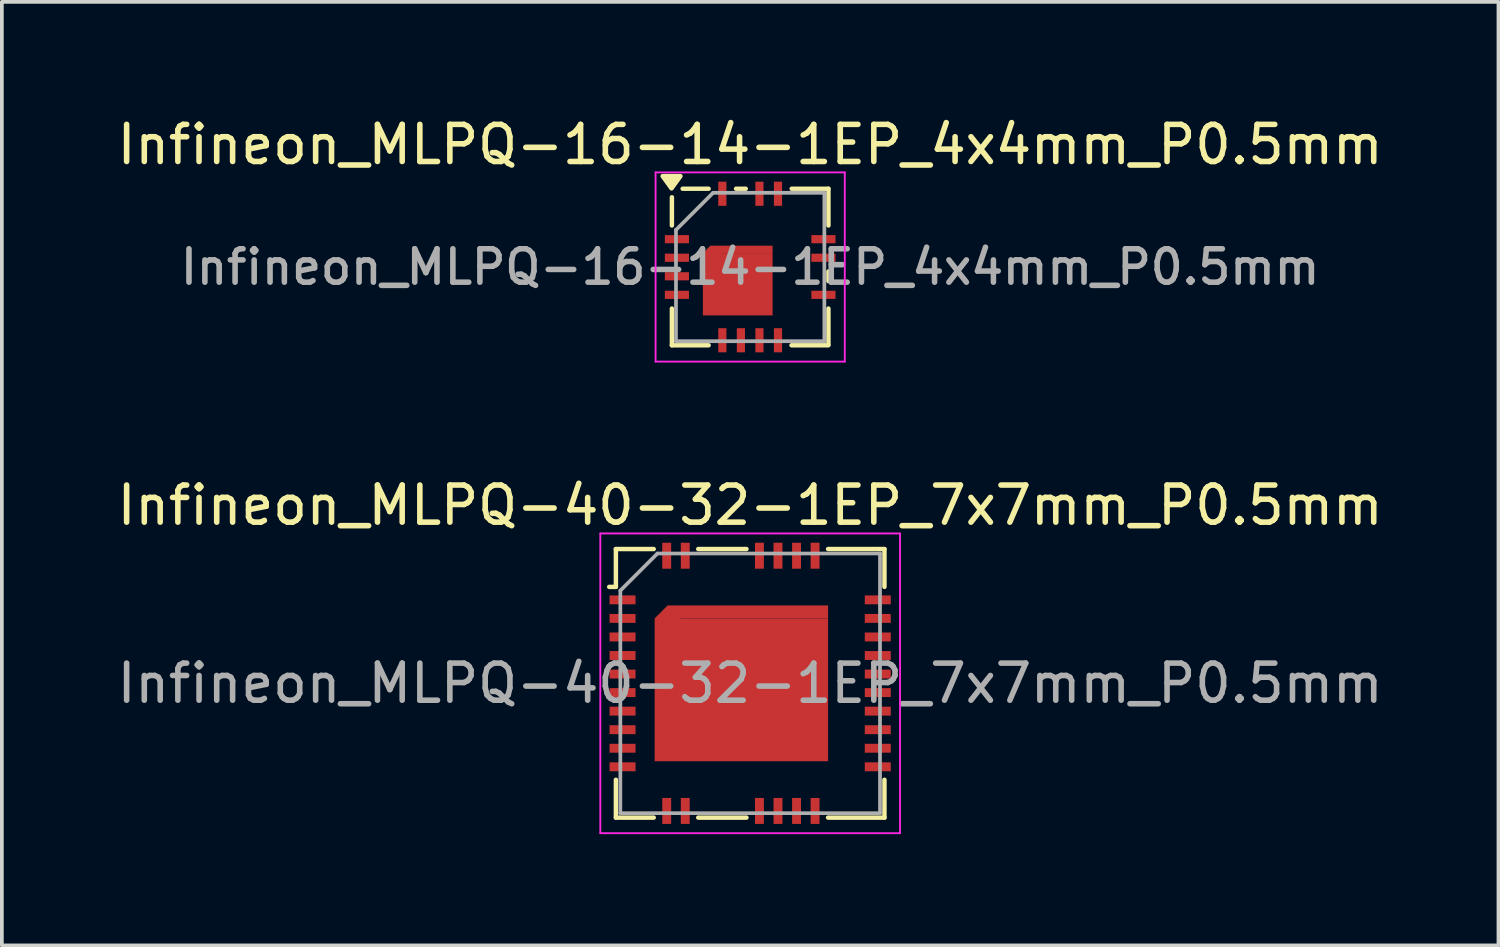
<source format=kicad_pcb>
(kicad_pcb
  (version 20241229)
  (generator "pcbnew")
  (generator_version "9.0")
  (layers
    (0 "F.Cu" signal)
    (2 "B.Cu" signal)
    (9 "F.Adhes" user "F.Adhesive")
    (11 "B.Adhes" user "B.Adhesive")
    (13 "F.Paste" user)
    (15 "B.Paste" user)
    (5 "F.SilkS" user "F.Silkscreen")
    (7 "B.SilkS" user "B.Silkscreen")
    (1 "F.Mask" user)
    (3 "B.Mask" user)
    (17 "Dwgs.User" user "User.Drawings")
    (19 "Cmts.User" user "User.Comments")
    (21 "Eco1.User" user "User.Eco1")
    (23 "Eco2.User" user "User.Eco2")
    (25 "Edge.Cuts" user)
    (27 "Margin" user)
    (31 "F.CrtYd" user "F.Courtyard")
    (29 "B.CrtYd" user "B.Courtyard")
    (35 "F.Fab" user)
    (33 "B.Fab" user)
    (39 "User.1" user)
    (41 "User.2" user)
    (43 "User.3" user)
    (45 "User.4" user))
  (footprint "Infineon_MLPQ-16-14-1EP_4x4mm_P0.5mm"
    (layer "F.Cu")
    (at 17.173 4.148)
    (property "Reference" "Infineon_MLPQ-16-14-1EP_4x4mm_P0.5mm" (at 0 -3.3 0) (layer "F.SilkS") (effects (font (size 1 1) (thickness 0.15))))
    (attr smd)
    (fp_line (start -2.11 -1.88) (end -2.11 -1.12) (stroke (width 0.12) (type solid)) (layer "F.SilkS"))
    (fp_line (start -2.11 1.12) (end -2.11 2.11) (stroke (width 0.12) (type solid)) (layer "F.SilkS"))
    (fp_line (start -1.12 -2.11) (end -1.82 -2.11) (stroke (width 0.12) (type solid)) (layer "F.SilkS"))
    (fp_line (start -1.12 2.11) (end -2.11 2.11) (stroke (width 0.12) (type solid)) (layer "F.SilkS"))
    (fp_line (start -0.12 -2.11) (end -0.38 -2.11) (stroke (width 0.12) (type solid)) (layer "F.SilkS"))
    (fp_line (start 2.105 2.11) (end 1.115 2.11) (stroke (width 0.12) (type solid)) (layer "F.SilkS"))
    (fp_line (start 2.11 -2.11) (end 1.12 -2.11) (stroke (width 0.12) (type solid)) (layer "F.SilkS"))
    (fp_line (start 2.11 -2.11) (end 2.11 -1.12) (stroke (width 0.12) (type solid)) (layer "F.SilkS"))
    (fp_line (start 2.11 0.12) (end 2.11 0.38) (stroke (width 0.12) (type solid)) (layer "F.SilkS"))
    (fp_line (start 2.11 1.12) (end 2.11 2.1) (stroke (width 0.12) (type solid)) (layer "F.SilkS"))
    (fp_poly (pts (xy -2.12 -2.12) (xy -2.36 -2.45) (xy -1.88 -2.45) (xy -2.12 -2.12)) (stroke (width 0.12) (type solid)) (fill yes) (layer "F.SilkS"))
    (fp_line (start -2.55 -2.55) (end 2.55 -2.55) (stroke (width 0.05) (type solid)) (layer "F.CrtYd"))
    (fp_line (start -2.55 2.55) (end -2.55 -2.55) (stroke (width 0.05) (type solid)) (layer "F.CrtYd"))
    (fp_line (start 2.55 -2.55) (end 2.55 2.55) (stroke (width 0.05) (type solid)) (layer "F.CrtYd"))
    (fp_line (start 2.55 2.55) (end -2.55 2.55) (stroke (width 0.05) (type solid)) (layer "F.CrtYd"))
    (fp_line (start -2 2) (end -2 -1) (stroke (width 0.1) (type solid)) (layer "F.Fab"))
    (fp_line (start -1 -2) (end -2 -1) (stroke (width 0.1) (type solid)) (layer "F.Fab"))
    (fp_line (start -1 -2) (end 2 -2) (stroke (width 0.1) (type solid)) (layer "F.Fab"))
    (fp_line (start 2 -2) (end 2 2) (stroke (width 0.1) (type solid)) (layer "F.Fab"))
    (fp_line (start 2 2) (end -2 2) (stroke (width 0.1) (type solid)) (layer "F.Fab"))
    (fp_text user "${REFERENCE}" (at 0 0 0) (layer "F.Fab") (effects (font (size 0.9 0.9) (thickness 0.15))))
    (pad "" smd rect (at -0.335 -0.105) (size 1.5 0.8) (layers "F.Paste"))
    (pad "" smd rect (at -0.335 0.835) (size 1.5 0.8) (layers "F.Paste"))
    (pad "1" smd rect (at -1.975 -0.75) (size 0.65 0.22) (layers "F.Cu" "F.Mask" "F.Paste"))
    (pad "2" smd rect (at -1.975 -0.25) (size 0.65 0.22) (layers "F.Cu" "F.Mask" "F.Paste"))
    (pad "3" smd rect (at -1.975 0.25) (size 0.65 0.22) (layers "F.Cu" "F.Mask" "F.Paste"))
    (pad "4" smd rect (at -1.975 0.75) (size 0.65 0.22) (layers "F.Cu" "F.Mask" "F.Paste"))
    (pad "5" smd rect (at -0.75 1.975) (size 0.22 0.65) (layers "F.Cu" "F.Mask" "F.Paste"))
    (pad "6" smd rect (at -0.25 1.975) (size 0.22 0.65) (layers "F.Cu" "F.Mask" "F.Paste"))
    (pad "7" smd rect (at 0.25 1.975) (size 0.22 0.65) (layers "F.Cu" "F.Mask" "F.Paste"))
    (pad "8" smd rect (at 0.75 1.975) (size 0.22 0.65) (layers "F.Cu" "F.Mask" "F.Paste"))
    (pad "9" smd rect (at 1.975 0.75) (size 0.65 0.22) (layers "F.Cu" "F.Mask" "F.Paste"))
    (pad "11" smd rect (at 1.975 -0.25) (size 0.65 0.22) (layers "F.Cu" "F.Mask" "F.Paste"))
    (pad "12" smd rect (at 1.975 -0.75) (size 0.65 0.22) (layers "F.Cu" "F.Mask" "F.Paste"))
    (pad "13" smd rect (at 0.75 -1.975) (size 0.22 0.65) (layers "F.Cu" "F.Mask" "F.Paste"))
    (pad "14" smd rect (at 0.25 -1.975) (size 0.22 0.65) (layers "F.Cu" "F.Mask" "F.Paste"))
    (pad "16" smd rect (at -0.75 -1.975) (size 0.22 0.65) (layers "F.Cu" "F.Mask" "F.Paste"))
    (pad "17" smd rect (at -1.075 -0.375 45) (size 0.283 0.283) (layers "F.Cu" "F.Mask"))
    (pad "17" smd rect (at -0.335 0.465) (size 1.88 1.68) (layers "F.Cu" "F.Mask"))
    (pad "17" smd rect (at -0.235 -0.475) (size 1.68 0.2) (layers "F.Cu" "F.Mask")))
  (footprint "Infineon_MLPQ-40-32-1EP_7x7mm_P0.5mm"
    (layer "F.Cu")
    (at 17.173 15.371)
    (property "Reference" "Infineon_MLPQ-40-32-1EP_7x7mm_P0.5mm" (at 0 -4.8 0) (layer "F.SilkS") (effects (font (size 1 1) (thickness 0.15))))
    (attr smd)
    (fp_line (start -3.8 -2.6) (end -3.62 -2.6) (stroke (width 0.12) (type solid)) (layer "F.SilkS"))
    (fp_line (start -3.62 -3.62) (end -3.62 -2.6) (stroke (width 0.12) (type solid)) (layer "F.SilkS"))
    (fp_line (start -3.62 3.62) (end -3.62 2.6) (stroke (width 0.12) (type solid)) (layer "F.SilkS"))
    (fp_line (start -2.6 -3.62) (end -3.62 -3.62) (stroke (width 0.12) (type solid)) (layer "F.SilkS"))
    (fp_line (start -2.6 3.62) (end -3.62 3.62) (stroke (width 0.12) (type solid)) (layer "F.SilkS"))
    (fp_line (start -0.1 -3.62) (end -1.4 -3.62) (stroke (width 0.12) (type solid)) (layer "F.SilkS"))
    (fp_line (start -0.1 3.62) (end -1.4 3.62) (stroke (width 0.12) (type solid)) (layer "F.SilkS"))
    (fp_line (start 3.62 -3.62) (end 2.1 -3.62) (stroke (width 0.12) (type solid)) (layer "F.SilkS"))
    (fp_line (start 3.62 -3.62) (end 3.62 -2.6) (stroke (width 0.12) (type solid)) (layer "F.SilkS"))
    (fp_line (start 3.62 3.62) (end 2.1 3.62) (stroke (width 0.12) (type solid)) (layer "F.SilkS"))
    (fp_line (start 3.62 3.62) (end 3.62 2.6) (stroke (width 0.12) (type solid)) (layer "F.SilkS"))
    (fp_line (start -4.04 -4.04) (end 4.04 -4.04) (stroke (width 0.05) (type solid)) (layer "F.CrtYd"))
    (fp_line (start -4.04 4.04) (end -4.04 -4.04) (stroke (width 0.05) (type solid)) (layer "F.CrtYd"))
    (fp_line (start 4.04 -4.04) (end 4.04 4.04) (stroke (width 0.05) (type solid)) (layer "F.CrtYd"))
    (fp_line (start 4.04 4.04) (end -4.04 4.04) (stroke (width 0.05) (type solid)) (layer "F.CrtYd"))
    (fp_line (start -3.5 3.5) (end -3.5 -2.5) (stroke (width 0.1) (type solid)) (layer "F.Fab"))
    (fp_line (start -2.5 -3.5) (end -3.5 -2.5) (stroke (width 0.1) (type solid)) (layer "F.Fab"))
    (fp_line (start -2.5 -3.5) (end 3.5 -3.5) (stroke (width 0.1) (type solid)) (layer "F.Fab"))
    (fp_line (start 3.5 -3.5) (end 3.5 3.5) (stroke (width 0.1) (type solid)) (layer "F.Fab"))
    (fp_line (start 3.5 3.5) (end -3.5 3.5) (stroke (width 0.1) (type solid)) (layer "F.Fab"))
    (fp_text user "${REFERENCE}" (at 0 0 0) (layer "F.Fab") (effects (font (size 1 1) (thickness 0.15))))
    (pad "" smd rect (at -3.425 -2.25) (size 0.65 0.22) (layers "F.Paste"))
    (pad "" smd rect (at -3.425 -1.75) (size 0.65 0.22) (layers "F.Paste"))
    (pad "" smd rect (at -3.425 -1.25) (size 0.65 0.22) (layers "F.Paste"))
    (pad "" smd rect (at -3.425 -0.75) (size 0.65 0.22) (layers "F.Paste"))
    (pad "" smd rect (at -3.425 -0.25) (size 0.65 0.22) (layers "F.Paste"))
    (pad "" smd rect (at -3.425 0.25) (size 0.65 0.22) (layers "F.Paste"))
    (pad "" smd rect (at -3.425 0.75) (size 0.65 0.22) (layers "F.Paste"))
    (pad "" smd rect (at -3.425 1.25) (size 0.65 0.22) (layers "F.Paste"))
    (pad "" smd rect (at -3.425 1.75) (size 0.65 0.22) (layers "F.Paste"))
    (pad "" smd rect (at -3.425 2.25) (size 0.65 0.22) (layers "F.Paste"))
    (pad "" smd rect (at -2.25 -3.425) (size 0.22 0.65) (layers "F.Paste"))
    (pad "" smd rect (at -2.25 3.425) (size 0.22 0.65) (layers "F.Paste"))
    (pad "" smd rect (at -1.796 -1.4) (size 1.2 1.1) (layers "F.Paste"))
    (pad "" smd rect (at -1.796 0) (size 1.2 1.1) (layers "F.Paste"))
    (pad "" smd rect (at -1.796 1.4) (size 1.2 1.1) (layers "F.Paste"))
    (pad "" smd rect (at -1.75 -3.425) (size 0.22 0.65) (layers "F.Paste"))
    (pad "" smd rect (at -1.75 3.425) (size 0.22 0.65) (layers "F.Paste"))
    (pad "" smd rect (at -0.237 -1.4) (size 1.2 1.1) (layers "F.Paste"))
    (pad "" smd rect (at -0.237 0) (size 1.2 1.1) (layers "F.Paste"))
    (pad "" smd rect (at -0.237 1.4) (size 1.2 1.1) (layers "F.Paste"))
    (pad "" smd rect (at 0.25 -3.425) (size 0.22 0.65) (layers "F.Paste"))
    (pad "" smd rect (at 0.25 3.425) (size 0.22 0.65) (layers "F.Paste"))
    (pad "" smd rect (at 0.75 -3.425) (size 0.22 0.65) (layers "F.Paste"))
    (pad "" smd rect (at 0.75 3.425) (size 0.22 0.65) (layers "F.Paste"))
    (pad "" smd rect (at 1.25 -3.425) (size 0.22 0.65) (layers "F.Paste"))
    (pad "" smd rect (at 1.25 3.425) (size 0.22 0.65) (layers "F.Paste"))
    (pad "" smd rect (at 1.321 -1.4) (size 1.2 1.1) (layers "F.Paste"))
    (pad "" smd rect (at 1.321 0) (size 1.2 1.1) (layers "F.Paste"))
    (pad "" smd rect (at 1.321 1.4) (size 1.2 1.1) (layers "F.Paste"))
    (pad "" smd rect (at 1.75 -3.425) (size 0.22 0.65) (layers "F.Paste"))
    (pad "" smd rect (at 1.75 3.425) (size 0.22 0.65) (layers "F.Paste"))
    (pad "" smd rect (at 3.425 -2.25) (size 0.65 0.22) (layers "F.Paste"))
    (pad "" smd rect (at 3.425 -1.75) (size 0.65 0.22) (layers "F.Paste"))
    (pad "" smd rect (at 3.425 -1.25) (size 0.65 0.22) (layers "F.Paste"))
    (pad "" smd rect (at 3.425 -0.75) (size 0.65 0.22) (layers "F.Paste"))
    (pad "" smd rect (at 3.425 -0.25) (size 0.65 0.22) (layers "F.Paste"))
    (pad "" smd rect (at 3.425 0.25) (size 0.65 0.22) (layers "F.Paste"))
    (pad "" smd rect (at 3.425 0.75) (size 0.65 0.22) (layers "F.Paste"))
    (pad "" smd rect (at 3.425 1.25) (size 0.65 0.22) (layers "F.Paste"))
    (pad "" smd rect (at 3.425 1.75) (size 0.65 0.22) (layers "F.Paste"))
    (pad "" smd rect (at 3.425 2.25) (size 0.65 0.22) (layers "F.Paste"))
    (pad "1" smd rect (at -3.44 -2.25) (size 0.7 0.24) (layers "F.Cu" "F.Mask"))
    (pad "2" smd rect (at -3.44 -1.75) (size 0.7 0.24) (layers "F.Cu" "F.Mask"))
    (pad "3" smd rect (at -3.44 -1.25) (size 0.7 0.24) (layers "F.Cu" "F.Mask"))
    (pad "4" smd rect (at -3.44 -0.75) (size 0.7 0.24) (layers "F.Cu" "F.Mask"))
    (pad "5" smd rect (at -3.44 -0.25) (size 0.7 0.24) (layers "F.Cu" "F.Mask"))
    (pad "6" smd rect (at -3.44 0.25) (size 0.7 0.24) (layers "F.Cu" "F.Mask"))
    (pad "7" smd rect (at -3.44 0.75) (size 0.7 0.24) (layers "F.Cu" "F.Mask"))
    (pad "8" smd rect (at -3.44 1.25) (size 0.7 0.24) (layers "F.Cu" "F.Mask"))
    (pad "9" smd rect (at -3.44 1.75) (size 0.7 0.24) (layers "F.Cu" "F.Mask"))
    (pad "10" smd rect (at -3.44 2.25) (size 0.7 0.24) (layers "F.Cu" "F.Mask"))
    (pad "11" smd rect (at -2.25 3.44) (size 0.24 0.7) (layers "F.Cu" "F.Mask"))
    (pad "12" smd rect (at -1.75 3.44) (size 0.24 0.7) (layers "F.Cu" "F.Mask"))
    (pad "13" smd rect (at 0.25 3.44) (size 0.24 0.7) (layers "F.Cu" "F.Mask"))
    (pad "14" smd rect (at 0.75 3.44) (size 0.24 0.7) (layers "F.Cu" "F.Mask"))
    (pad "15" smd rect (at 1.25 3.44) (size 0.24 0.7) (layers "F.Cu" "F.Mask"))
    (pad "16" smd rect (at 1.75 3.44) (size 0.24 0.7) (layers "F.Cu" "F.Mask"))
    (pad "17" smd rect (at 3.44 2.25) (size 0.7 0.24) (layers "F.Cu" "F.Mask"))
    (pad "18" smd rect (at 3.44 1.75) (size 0.7 0.24) (layers "F.Cu" "F.Mask"))
    (pad "19" smd rect (at 3.44 1.25) (size 0.7 0.24) (layers "F.Cu" "F.Mask"))
    (pad "20" smd rect (at 3.44 0.75) (size 0.7 0.24) (layers "F.Cu" "F.Mask"))
    (pad "21" smd rect (at 3.44 0.25) (size 0.7 0.24) (layers "F.Cu" "F.Mask"))
    (pad "22" smd rect (at 3.44 -0.25) (size 0.7 0.24) (layers "F.Cu" "F.Mask"))
    (pad "23" smd rect (at 3.44 -0.75) (size 0.7 0.24) (layers "F.Cu" "F.Mask"))
    (pad "24" smd rect (at 3.44 -1.25) (size 0.7 0.24) (layers "F.Cu" "F.Mask"))
    (pad "25" smd rect (at 3.44 -1.75) (size 0.7 0.24) (layers "F.Cu" "F.Mask"))
    (pad "26" smd rect (at 3.44 -2.25) (size 0.7 0.24) (layers "F.Cu" "F.Mask"))
    (pad "27" smd rect (at 1.75 -3.44) (size 0.24 0.7) (layers "F.Cu" "F.Mask"))
    (pad "28" smd rect (at 1.25 -3.44) (size 0.24 0.7) (layers "F.Cu" "F.Mask"))
    (pad "29" smd rect (at 0.75 -3.44) (size 0.24 0.7) (layers "F.Cu" "F.Mask"))
    (pad "30" smd rect (at 0.25 -3.44) (size 0.24 0.7) (layers "F.Cu" "F.Mask"))
    (pad "31" smd rect (at -1.75 -3.44) (size 0.24 0.7) (layers "F.Cu" "F.Mask"))
    (pad "32" smd rect (at -2.25 -3.44) (size 0.24 0.7) (layers "F.Cu" "F.Mask"))
    (pad "33" smd rect (at -2.225 -1.75 45) (size 0.495 0.495) (layers "F.Cu" "F.Mask"))
    (pad "33" smd rect (at -0.237 0.175) (size 4.675 3.85) (layers "F.Cu" "F.Mask"))
    (pad "33" smd rect (at -0.062 -1.925) (size 4.325 0.35) (layers "F.Cu" "F.Mask")))
  (gr_rect
    (start -3 -3)
    (end 37.345 22.436)
    (stroke (width 0.1) (type default))
    (fill no)
    (layer "Edge.Cuts")))
</source>
